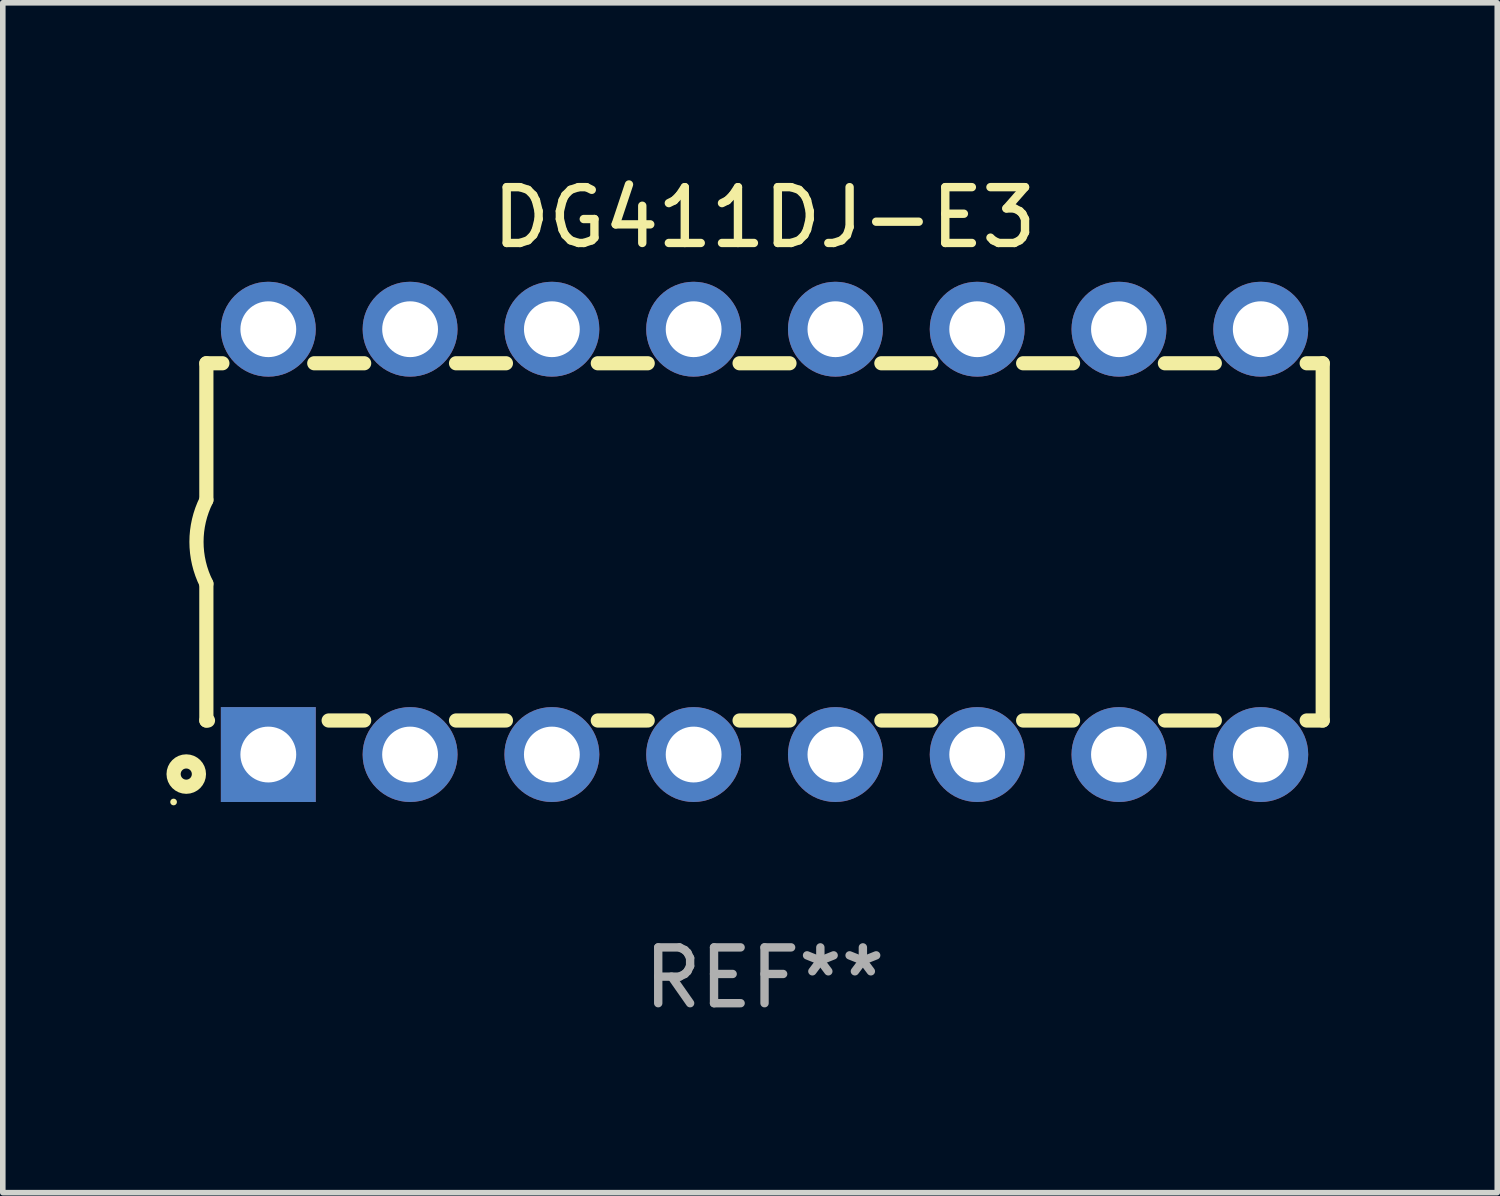
<source format=kicad_pcb>
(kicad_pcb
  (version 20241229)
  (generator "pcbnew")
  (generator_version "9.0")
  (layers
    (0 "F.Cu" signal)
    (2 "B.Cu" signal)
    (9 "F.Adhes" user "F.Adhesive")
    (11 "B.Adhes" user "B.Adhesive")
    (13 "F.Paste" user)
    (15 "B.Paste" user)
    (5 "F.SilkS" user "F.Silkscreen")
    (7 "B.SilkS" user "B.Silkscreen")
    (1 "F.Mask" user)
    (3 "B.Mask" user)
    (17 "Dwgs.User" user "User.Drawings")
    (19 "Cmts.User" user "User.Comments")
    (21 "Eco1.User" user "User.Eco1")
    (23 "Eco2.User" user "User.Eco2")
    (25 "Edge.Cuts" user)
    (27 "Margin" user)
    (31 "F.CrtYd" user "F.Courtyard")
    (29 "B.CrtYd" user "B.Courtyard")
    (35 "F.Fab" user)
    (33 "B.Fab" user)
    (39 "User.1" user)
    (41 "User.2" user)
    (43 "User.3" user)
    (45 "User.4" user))
  (footprint "DG411DJ-E3"
    (layer "F.Cu")
    (at 10.647 6.658)
    (property "Reference" "DG411DJ-E3" (at 0 -5.81 0) (layer "F.SilkS") (effects (font (size 1 1) (thickness 0.15))))
    (attr through_hole)
    (fp_line (start -10 -3.2) (end -10 -0.75) (stroke (width 0.254) (type solid)) (layer "F.SilkS"))
    (fp_line (start -10 -3.2) (end -9.713 -3.2) (stroke (width 0.254) (type solid)) (layer "F.SilkS"))
    (fp_line (start -10 3.2) (end -10 0.75) (stroke (width 0.254) (type solid)) (layer "F.SilkS"))
    (fp_line (start -10 3.2) (end -9.971 3.2) (stroke (width 0.254) (type solid)) (layer "F.SilkS"))
    (fp_line (start -8.067 -3.2) (end -7.173 -3.2) (stroke (width 0.254) (type solid)) (layer "F.SilkS"))
    (fp_line (start -7.809 3.2) (end -7.173 3.2) (stroke (width 0.254) (type solid)) (layer "F.SilkS"))
    (fp_line (start -5.527 3.2) (end -4.633 3.2) (stroke (width 0.254) (type solid)) (layer "F.SilkS"))
    (fp_line (start -5.527 -3.2) (end -4.633 -3.2) (stroke (width 0.254) (type solid)) (layer "F.SilkS"))
    (fp_line (start -2.987 3.2) (end -2.093 3.2) (stroke (width 0.254) (type solid)) (layer "F.SilkS"))
    (fp_line (start -2.987 -3.2) (end -2.093 -3.2) (stroke (width 0.254) (type solid)) (layer "F.SilkS"))
    (fp_line (start -0.447 3.2) (end 0.447 3.2) (stroke (width 0.254) (type solid)) (layer "F.SilkS"))
    (fp_line (start -0.447 -3.2) (end 0.447 -3.2) (stroke (width 0.254) (type solid)) (layer "F.SilkS"))
    (fp_line (start 2.093 3.2) (end 2.987 3.2) (stroke (width 0.254) (type solid)) (layer "F.SilkS"))
    (fp_line (start 2.093 -3.2) (end 2.987 -3.2) (stroke (width 0.254) (type solid)) (layer "F.SilkS"))
    (fp_line (start 4.633 3.2) (end 5.527 3.2) (stroke (width 0.254) (type solid)) (layer "F.SilkS"))
    (fp_line (start 4.633 -3.2) (end 5.527 -3.2) (stroke (width 0.254) (type solid)) (layer "F.SilkS"))
    (fp_line (start 7.173 3.2) (end 8.067 3.2) (stroke (width 0.254) (type solid)) (layer "F.SilkS"))
    (fp_line (start 7.173 -3.2) (end 8.067 -3.2) (stroke (width 0.254) (type solid)) (layer "F.SilkS"))
    (fp_line (start 9.713 3.2) (end 10 3.2) (stroke (width 0.254) (type solid)) (layer "F.SilkS"))
    (fp_line (start 9.713 -3.2) (end 10 -3.2) (stroke (width 0.254) (type solid)) (layer "F.SilkS"))
    (fp_line (start 10 -3.2) (end 10 3.2) (stroke (width 0.254) (type solid)) (layer "F.SilkS"))
    (fp_arc (start -10 0.748793) (mid -10.176918 -0.000607) (end -10.000025 -0.750013) (stroke (width 0.254001) (type solid)) (layer "F.SilkS"))
    (fp_circle (center -10.587 4.66) (end -10.557 4.66) (stroke (width 0.06) (type solid)) (fill no) (layer "F.SilkS"))
    (fp_circle (center -10.36 4.16) (end -10.26 4.16) (stroke (width 0.254) (type solid)) (fill no) (layer "F.SilkS"))
    (fp_text user "REF**" (at 0 7.81 0) (layer "F.Fab") (effects (font (size 1 1) (thickness 0.15))))
    (pad "1" thru_hole rect (at -8.89 3.81 90) (size 1.7 1.7) (drill 1) (layers "*.Cu" "*.Mask"))
    (pad "2" thru_hole circle (at -6.35 3.81) (size 1.7 1.7) (drill 1) (layers "*.Cu" "*.Mask"))
    (pad "3" thru_hole circle (at -3.81 3.81) (size 1.7 1.7) (drill 1) (layers "*.Cu" "*.Mask"))
    (pad "4" thru_hole circle (at -1.27 3.81) (size 1.7 1.7) (drill 1) (layers "*.Cu" "*.Mask"))
    (pad "5" thru_hole circle (at 1.27 3.81) (size 1.7 1.7) (drill 1) (layers "*.Cu" "*.Mask"))
    (pad "6" thru_hole circle (at 3.81 3.81) (size 1.7 1.7) (drill 1) (layers "*.Cu" "*.Mask"))
    (pad "7" thru_hole circle (at 6.35 3.81) (size 1.7 1.7) (drill 1) (layers "*.Cu" "*.Mask"))
    (pad "8" thru_hole circle (at 8.89 3.81) (size 1.7 1.7) (drill 1) (layers "*.Cu" "*.Mask"))
    (pad "9" thru_hole circle (at 8.89 -3.81) (size 1.7 1.7) (drill 1) (layers "*.Cu" "*.Mask"))
    (pad "10" thru_hole circle (at 6.35 -3.81) (size 1.7 1.7) (drill 1) (layers "*.Cu" "*.Mask"))
    (pad "11" thru_hole circle (at 3.81 -3.81) (size 1.7 1.7) (drill 1) (layers "*.Cu" "*.Mask"))
    (pad "12" thru_hole circle (at 1.27 -3.81) (size 1.7 1.7) (drill 1) (layers "*.Cu" "*.Mask"))
    (pad "13" thru_hole circle (at -1.27 -3.81) (size 1.7 1.7) (drill 1) (layers "*.Cu" "*.Mask"))
    (pad "14" thru_hole circle (at -3.81 -3.81) (size 1.7 1.7) (drill 1) (layers "*.Cu" "*.Mask"))
    (pad "15" thru_hole circle (at -6.35 -3.81) (size 1.7 1.7) (drill 1) (layers "*.Cu" "*.Mask"))
    (pad "16" thru_hole circle (at -8.89 -3.81) (size 1.7 1.7) (drill 1) (layers "*.Cu" "*.Mask")))
  (gr_rect
    (start -3 -3)
    (end 23.774 18.317)
    (stroke (width 0.1) (type default))
    (fill no)
    (layer "Edge.Cuts")))
</source>
